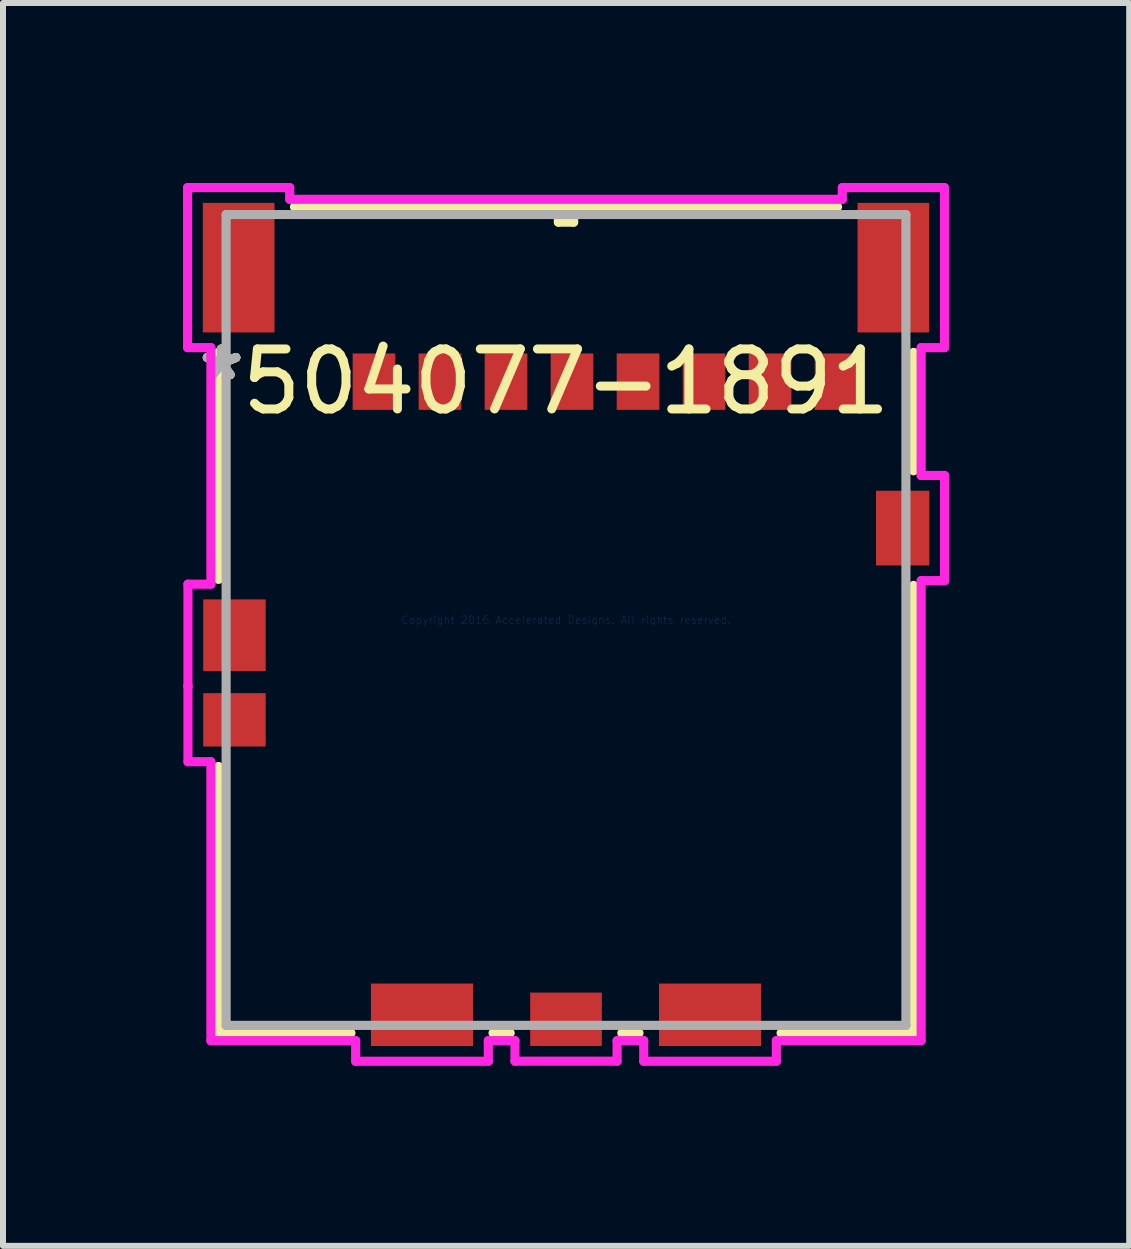
<source format=kicad_pcb>
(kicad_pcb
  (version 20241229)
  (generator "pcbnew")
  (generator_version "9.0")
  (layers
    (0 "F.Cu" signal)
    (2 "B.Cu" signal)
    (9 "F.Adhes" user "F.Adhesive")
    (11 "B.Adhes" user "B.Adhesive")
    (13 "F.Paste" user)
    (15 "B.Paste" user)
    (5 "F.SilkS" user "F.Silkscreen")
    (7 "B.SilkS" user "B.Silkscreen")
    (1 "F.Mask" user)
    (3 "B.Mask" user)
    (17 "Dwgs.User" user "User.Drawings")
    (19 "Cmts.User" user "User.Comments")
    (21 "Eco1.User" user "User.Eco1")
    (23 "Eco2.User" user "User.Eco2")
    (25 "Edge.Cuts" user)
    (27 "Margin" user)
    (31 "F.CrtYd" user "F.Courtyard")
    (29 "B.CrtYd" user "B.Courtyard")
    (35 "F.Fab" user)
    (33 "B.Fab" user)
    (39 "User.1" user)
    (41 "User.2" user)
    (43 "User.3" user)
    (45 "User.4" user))
  (footprint "504077-1891"
    (layer "F.Cu")
    (at 6.382 7.281)
    (property "Reference" "504077-1891" (at 0 -3.971 0) (layer "F.SilkS") (effects (font (size 1 1) (thickness 0.15))))
    (attr through_hole)
    (fp_line (start -5.791 -4.459) (end -5.791 -0.676) (stroke (width 0.152) (type solid)) (layer "F.SilkS"))
    (fp_line (start -5.791 2.441) (end -5.791 6.883) (stroke (width 0.152) (type solid)) (layer "F.SilkS"))
    (fp_line (start -5.791 6.883) (end -3.584 6.883) (stroke (width 0.152) (type solid)) (layer "F.SilkS"))
    (fp_line (start -1.216 6.883) (end -0.93 6.883) (stroke (width 0.152) (type solid)) (layer "F.SilkS"))
    (fp_line (start -0.127 -6.883) (end -0.127 -6.629) (stroke (width 0.152) (type solid)) (layer "F.SilkS"))
    (fp_line (start -0.127 -6.629) (end 0.127 -6.629) (stroke (width 0.152) (type solid)) (layer "F.SilkS"))
    (fp_line (start 0.127 -6.883) (end -0.127 -6.883) (stroke (width 0.152) (type solid)) (layer "F.SilkS"))
    (fp_line (start 0.127 -6.629) (end 0.127 -6.883) (stroke (width 0.152) (type solid)) (layer "F.SilkS"))
    (fp_line (start 0.93 6.883) (end 1.216 6.883) (stroke (width 0.152) (type solid)) (layer "F.SilkS"))
    (fp_line (start 3.584 6.883) (end 5.791 6.883) (stroke (width 0.152) (type solid)) (layer "F.SilkS"))
    (fp_line (start 4.525 -6.883) (end -4.525 -6.883) (stroke (width 0.152) (type solid)) (layer "F.SilkS"))
    (fp_line (start 5.791 -2.486) (end 5.791 -4.459) (stroke (width 0.152) (type solid)) (layer "F.SilkS"))
    (fp_line (start 5.791 6.883) (end 5.791 -0.576) (stroke (width 0.152) (type solid)) (layer "F.SilkS"))
    (fp_line (start -6.306 -7.205) (end -6.306 -4.538) (stroke (width 0.152) (type solid)) (layer "F.CrtYd"))
    (fp_line (start -6.306 -4.538) (end -5.918 -4.538) (stroke (width 0.152) (type solid)) (layer "F.CrtYd"))
    (fp_line (start -6.3 -0.597) (end -6.3 1.105) (stroke (width 0.152) (type solid)) (layer "F.CrtYd"))
    (fp_line (start -6.3 1.105) (end -6.3 1.105) (stroke (width 0.152) (type solid)) (layer "F.CrtYd"))
    (fp_line (start -6.3 1.105) (end -6.3 2.362) (stroke (width 0.152) (type solid)) (layer "F.CrtYd"))
    (fp_line (start -6.3 2.362) (end -5.918 2.362) (stroke (width 0.152) (type solid)) (layer "F.CrtYd"))
    (fp_line (start -5.918 -4.538) (end -5.918 -0.597) (stroke (width 0.152) (type solid)) (layer "F.CrtYd"))
    (fp_line (start -5.918 -0.597) (end -6.3 -0.597) (stroke (width 0.152) (type solid)) (layer "F.CrtYd"))
    (fp_line (start -5.918 2.362) (end -5.918 7.01) (stroke (width 0.152) (type solid)) (layer "F.CrtYd"))
    (fp_line (start -5.918 7.01) (end -3.505 7.01) (stroke (width 0.152) (type solid)) (layer "F.CrtYd"))
    (fp_line (start -4.604 -7.205) (end -6.306 -7.205) (stroke (width 0.152) (type solid)) (layer "F.CrtYd"))
    (fp_line (start -4.604 -7.01) (end -4.604 -7.205) (stroke (width 0.152) (type solid)) (layer "F.CrtYd"))
    (fp_line (start -3.505 7.01) (end -3.505 7.353) (stroke (width 0.152) (type solid)) (layer "F.CrtYd"))
    (fp_line (start -3.505 7.353) (end -1.295 7.353) (stroke (width 0.152) (type solid)) (layer "F.CrtYd"))
    (fp_line (start -1.295 7.01) (end -0.851 7.01) (stroke (width 0.152) (type solid)) (layer "F.CrtYd"))
    (fp_line (start -1.295 7.353) (end -1.295 7.01) (stroke (width 0.152) (type solid)) (layer "F.CrtYd"))
    (fp_line (start -0.851 7.01) (end -0.851 7.352) (stroke (width 0.152) (type solid)) (layer "F.CrtYd"))
    (fp_line (start -0.851 7.352) (end 0.851 7.352) (stroke (width 0.152) (type solid)) (layer "F.CrtYd"))
    (fp_line (start 0.851 7.01) (end 1.295 7.01) (stroke (width 0.152) (type solid)) (layer "F.CrtYd"))
    (fp_line (start 0.851 7.352) (end 0.851 7.01) (stroke (width 0.152) (type solid)) (layer "F.CrtYd"))
    (fp_line (start 1.295 7.01) (end 1.295 7.353) (stroke (width 0.152) (type solid)) (layer "F.CrtYd"))
    (fp_line (start 1.295 7.353) (end 3.505 7.353) (stroke (width 0.152) (type solid)) (layer "F.CrtYd"))
    (fp_line (start 3.505 7.01) (end 5.918 7.01) (stroke (width 0.152) (type solid)) (layer "F.CrtYd"))
    (fp_line (start 3.505 7.353) (end 3.505 7.01) (stroke (width 0.152) (type solid)) (layer "F.CrtYd"))
    (fp_line (start 4.604 -7.205) (end 4.604 -7.01) (stroke (width 0.152) (type solid)) (layer "F.CrtYd"))
    (fp_line (start 4.604 -7.01) (end -4.604 -7.01) (stroke (width 0.152) (type solid)) (layer "F.CrtYd"))
    (fp_line (start 5.918 -4.538) (end 6.306 -4.538) (stroke (width 0.152) (type solid)) (layer "F.CrtYd"))
    (fp_line (start 5.918 -2.408) (end 5.918 -4.538) (stroke (width 0.152) (type solid)) (layer "F.CrtYd"))
    (fp_line (start 5.918 -0.655) (end 6.308 -0.655) (stroke (width 0.152) (type solid)) (layer "F.CrtYd"))
    (fp_line (start 5.918 7.01) (end 5.918 -0.655) (stroke (width 0.152) (type solid)) (layer "F.CrtYd"))
    (fp_line (start 6.306 -7.205) (end 4.604 -7.205) (stroke (width 0.152) (type solid)) (layer "F.CrtYd"))
    (fp_line (start 6.306 -4.538) (end 6.306 -7.205) (stroke (width 0.152) (type solid)) (layer "F.CrtYd"))
    (fp_line (start 6.308 -2.408) (end 5.918 -2.408) (stroke (width 0.152) (type solid)) (layer "F.CrtYd"))
    (fp_line (start 6.308 -0.655) (end 6.308 -2.408) (stroke (width 0.152) (type solid)) (layer "F.CrtYd"))
    (fp_line (start -5.664 -6.756) (end -5.664 6.756) (stroke (width 0.152) (type solid)) (layer "F.Fab"))
    (fp_line (start -5.664 6.756) (end 5.664 6.756) (stroke (width 0.152) (type solid)) (layer "F.Fab"))
    (fp_line (start 0 -6.756) (end 0 -6.756) (stroke (width 0.152) (type solid)) (layer "F.Fab"))
    (fp_line (start 0 -6.756) (end 0 -6.756) (stroke (width 0.152) (type solid)) (layer "F.Fab"))
    (fp_line (start 0 -6.756) (end 0 -6.756) (stroke (width 0.152) (type solid)) (layer "F.Fab"))
    (fp_line (start 0 -6.756) (end 0 -6.756) (stroke (width 0.152) (type solid)) (layer "F.Fab"))
    (fp_line (start 5.664 -6.756) (end -5.664 -6.756) (stroke (width 0.152) (type solid)) (layer "F.Fab"))
    (fp_line (start 5.664 6.756) (end 5.664 -6.756) (stroke (width 0.152) (type solid)) (layer "F.Fab"))
    (fp_text user "*" (at -5.74 -3.971 0) (layer "F.SilkS") (effects (font (size 1 1) (thickness 0.15))))
    (fp_text user "*" (at -5.74 -3.971 0) (layer "F.SilkS") (effects (font (size 1 1) (thickness 0.15))))
    (fp_text user "Copyright 2016 Accelerated Designs. All rights reserved." (at 0 0 0) (layer "Cmts.User") (effects (font (size 0.127 0.127) (thickness 0.002))))
    (fp_text user "*" (at -5.74 -3.971 0) (layer "F.Fab") (effects (font (size 1 1) (thickness 0.15))))
    (fp_text user "*" (at -5.74 -3.971 0) (layer "F.Fab") (effects (font (size 1 1) (thickness 0.15))))
    (pad "1" smd rect (at -3.2 -3.971) (size 0.711 0.94) (layers "F.Cu" "F.Mask" "F.Paste"))
    (pad "2" smd rect (at -2.1 -3.971) (size 0.711 0.94) (layers "F.Cu" "F.Mask" "F.Paste"))
    (pad "3" smd rect (at -1 -3.971) (size 0.711 0.94) (layers "F.Cu" "F.Mask" "F.Paste"))
    (pad "4" smd rect (at 0.1 -3.971) (size 0.711 0.94) (layers "F.Cu" "F.Mask" "F.Paste"))
    (pad "5" smd rect (at 1.2 -3.971) (size 0.711 0.94) (layers "F.Cu" "F.Mask" "F.Paste"))
    (pad "6" smd rect (at 2.3 -3.971) (size 0.711 0.94) (layers "F.Cu" "F.Mask" "F.Paste"))
    (pad "7" smd rect (at 3.4 -3.971) (size 0.711 0.94) (layers "F.Cu" "F.Mask" "F.Paste"))
    (pad "8" smd rect (at 4.5 -3.971) (size 0.711 0.94) (layers "F.Cu" "F.Mask" "F.Paste"))
    (pad "9" smd rect (at -5.525 1.664) (size 1.041 0.889) (layers "F.Cu" "F.Mask" "F.Paste"))
    (pad "10" smd rect (at 0 6.654) (size 1.194 0.889) (layers "F.Cu" "F.Mask" "F.Paste"))
    (pad "11" smd rect (at -5.525 0.254) (size 1.041 1.194) (layers "F.Cu" "F.Mask" "F.Paste"))
    (pad "11" smd rect (at -5.455 -5.871) (size 1.194 2.159) (layers "F.Cu" "F.Mask" "F.Paste"))
    (pad "11" smd rect (at -2.4 6.579) (size 1.702 1.041) (layers "F.Cu" "F.Mask" "F.Paste"))
    (pad "11" smd rect (at 2.4 6.579) (size 1.702 1.041) (layers "F.Cu" "F.Mask" "F.Paste"))
    (pad "11" smd rect (at 5.455 -5.871) (size 1.194 2.159) (layers "F.Cu" "F.Mask" "F.Paste"))
    (pad "11" smd rect (at 5.61 -1.531) (size 0.889 1.245) (layers "F.Cu" "F.Mask" "F.Paste")))
  (gr_rect
    (start -3 -3)
    (end 15.767 17.711)
    (stroke (width 0.1) (type default))
    (fill no)
    (layer "Edge.Cuts")))
</source>
